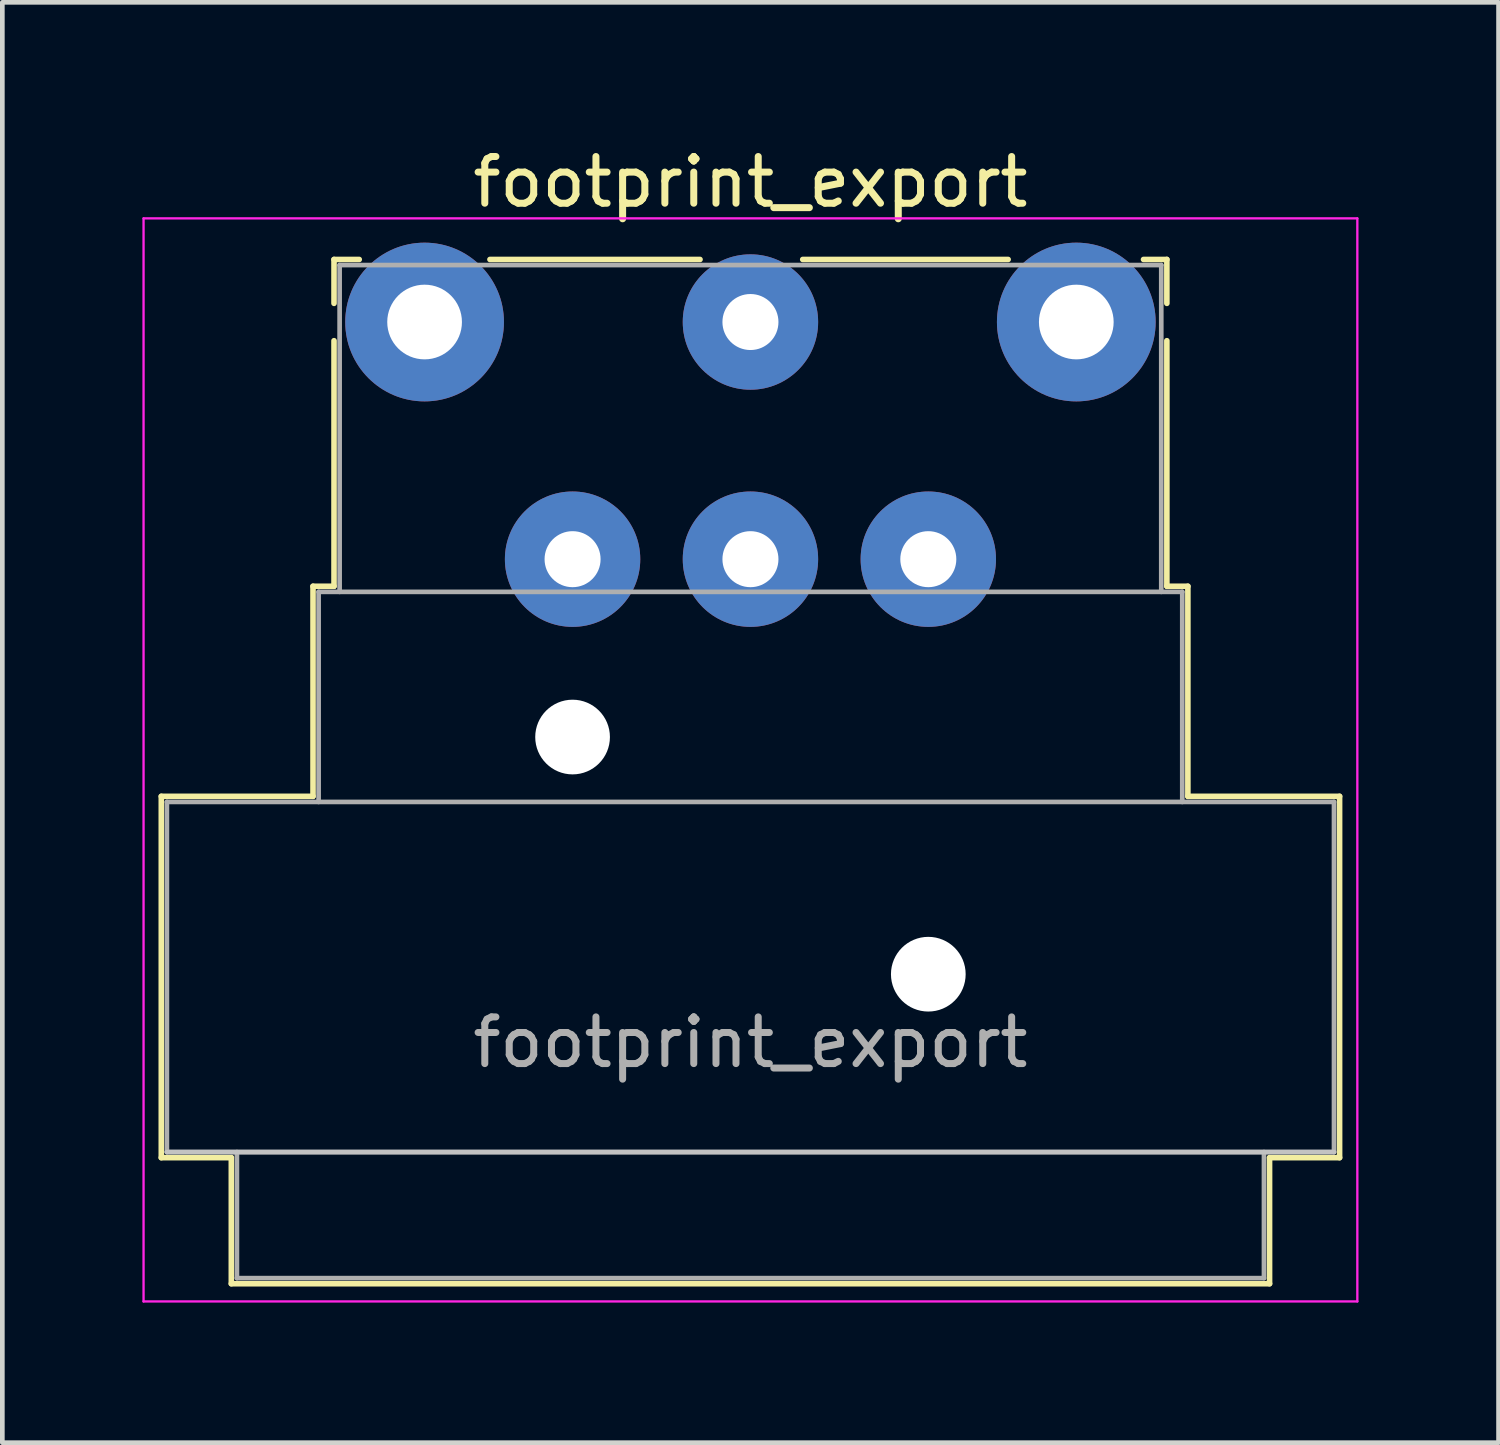
<source format=kicad_pcb>
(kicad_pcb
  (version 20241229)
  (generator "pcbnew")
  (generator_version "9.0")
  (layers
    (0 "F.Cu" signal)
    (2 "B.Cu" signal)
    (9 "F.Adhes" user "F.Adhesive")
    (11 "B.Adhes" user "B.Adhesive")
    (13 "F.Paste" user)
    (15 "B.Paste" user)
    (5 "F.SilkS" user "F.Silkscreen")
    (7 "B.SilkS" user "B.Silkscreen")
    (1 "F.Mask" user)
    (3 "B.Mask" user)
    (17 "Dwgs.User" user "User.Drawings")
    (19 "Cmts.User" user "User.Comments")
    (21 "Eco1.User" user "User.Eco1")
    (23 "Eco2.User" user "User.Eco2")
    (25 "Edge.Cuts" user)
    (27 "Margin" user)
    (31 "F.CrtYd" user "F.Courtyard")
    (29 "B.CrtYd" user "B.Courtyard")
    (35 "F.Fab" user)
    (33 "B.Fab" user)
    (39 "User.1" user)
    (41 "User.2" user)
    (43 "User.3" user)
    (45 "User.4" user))
  (footprint "footprint_export"
    (layer "F.Cu")
    (at 6.045 3.848)
    (property "Reference" "footprint_export" (at 6.98 -3 0) (layer "F.SilkS") (effects (font (size 1 1) (thickness 0.15))))
    (attr through_hole)
    (fp_line (start -5.64 10.16) (end -2.39 10.16) (stroke (width 0.12) (type solid)) (layer "F.SilkS"))
    (fp_line (start -5.64 17.9) (end -5.64 10.16) (stroke (width 0.12) (type solid)) (layer "F.SilkS"))
    (fp_line (start -4.14 17.9) (end -5.64 17.9) (stroke (width 0.12) (type solid)) (layer "F.SilkS"))
    (fp_line (start -4.14 17.9) (end -4.14 20.6) (stroke (width 0.12) (type solid)) (layer "F.SilkS"))
    (fp_line (start -2.39 10.16) (end -2.39 5.66) (stroke (width 0.12) (type solid)) (layer "F.SilkS"))
    (fp_line (start -1.94 -1.34) (end -1.94 -0.4) (stroke (width 0.12) (type solid)) (layer "F.SilkS"))
    (fp_line (start -1.94 -1.34) (end -1.4 -1.34) (stroke (width 0.12) (type solid)) (layer "F.SilkS"))
    (fp_line (start -1.94 5.66) (end -2.39 5.66) (stroke (width 0.12) (type solid)) (layer "F.SilkS"))
    (fp_line (start -1.94 5.66) (end -1.94 0.4) (stroke (width 0.12) (type solid)) (layer "F.SilkS"))
    (fp_line (start 5.9 -1.34) (end 1.4 -1.34) (stroke (width 0.12) (type solid)) (layer "F.SilkS"))
    (fp_line (start 12.5 -1.34) (end 8.1 -1.34) (stroke (width 0.12) (type solid)) (layer "F.SilkS"))
    (fp_line (start 15.9 -1.34) (end 15.4 -1.34) (stroke (width 0.12) (type solid)) (layer "F.SilkS"))
    (fp_line (start 15.9 -1.34) (end 15.9 -0.4) (stroke (width 0.12) (type solid)) (layer "F.SilkS"))
    (fp_line (start 15.9 5.66) (end 15.9 0.4) (stroke (width 0.12) (type solid)) (layer "F.SilkS"))
    (fp_line (start 15.9 5.66) (end 16.35 5.66) (stroke (width 0.12) (type solid)) (layer "F.SilkS"))
    (fp_line (start 16.35 10.16) (end 16.35 5.66) (stroke (width 0.12) (type solid)) (layer "F.SilkS"))
    (fp_line (start 16.35 10.16) (end 19.6 10.16) (stroke (width 0.12) (type solid)) (layer "F.SilkS"))
    (fp_line (start 18.1 17.9) (end 18.1 20.6) (stroke (width 0.12) (type solid)) (layer "F.SilkS"))
    (fp_line (start 18.1 20.6) (end -4.14 20.6) (stroke (width 0.12) (type solid)) (layer "F.SilkS"))
    (fp_line (start 19.6 17.9) (end 18.1 17.9) (stroke (width 0.12) (type solid)) (layer "F.SilkS"))
    (fp_line (start 19.6 17.9) (end 19.6 10.16) (stroke (width 0.12) (type solid)) (layer "F.SilkS"))
    (fp_line (start 19.48 17.78) (end -5.52 17.78) (stroke (width 0.1) (type solid)) (layer "Dwgs.User"))
    (fp_line (start -6.02 20.98) (end -6.02 -2.22) (stroke (width 0.05) (type solid)) (layer "F.CrtYd"))
    (fp_line (start 19.98 -2.22) (end -6.02 -2.22) (stroke (width 0.05) (type solid)) (layer "F.CrtYd"))
    (fp_line (start 19.98 20.98) (end -6.02 20.98) (stroke (width 0.05) (type solid)) (layer "F.CrtYd"))
    (fp_line (start 19.98 20.98) (end 19.98 -2.22) (stroke (width 0.05) (type solid)) (layer "F.CrtYd"))
    (fp_line (start -5.52 10.28) (end 19.48 10.28) (stroke (width 0.1) (type solid)) (layer "F.Fab"))
    (fp_line (start -5.52 17.78) (end -5.52 10.28) (stroke (width 0.1) (type solid)) (layer "F.Fab"))
    (fp_line (start -4.02 20.48) (end -4.02 17.78) (stroke (width 0.1) (type solid)) (layer "F.Fab"))
    (fp_line (start -2.27 5.78) (end -2.27 10.28) (stroke (width 0.1) (type solid)) (layer "F.Fab"))
    (fp_line (start -2.27 5.78) (end 16.23 5.78) (stroke (width 0.1) (type solid)) (layer "F.Fab"))
    (fp_line (start -1.82 5.78) (end -1.82 -1.22) (stroke (width 0.1) (type solid)) (layer "F.Fab"))
    (fp_line (start 15.78 -1.22) (end -1.82 -1.22) (stroke (width 0.1) (type solid)) (layer "F.Fab"))
    (fp_line (start 15.78 5.78) (end 15.78 -1.22) (stroke (width 0.1) (type solid)) (layer "F.Fab"))
    (fp_line (start 16.23 10.28) (end 16.23 5.78) (stroke (width 0.1) (type solid)) (layer "F.Fab"))
    (fp_line (start 17.98 17.78) (end 17.98 20.48) (stroke (width 0.1) (type solid)) (layer "F.Fab"))
    (fp_line (start 17.98 20.48) (end -4.02 20.48) (stroke (width 0.1) (type solid)) (layer "F.Fab"))
    (fp_line (start 19.48 10.28) (end 19.48 17.78) (stroke (width 0.1) (type solid)) (layer "F.Fab"))
    (fp_line (start 19.48 17.78) (end -5.52 17.78) (stroke (width 0.1) (type solid)) (layer "F.Fab"))
    (fp_text user "${REFERENCE}" (at 6.98 15.43 0) (layer "F.Fab") (effects (font (size 1 1) (thickness 0.15))))
    (pad "" np_thru_hole circle (at 3.17 8.89) (size 1.6 1.6) (drill 1.6) (layers "*.Cu" "*.Mask"))
    (pad "" np_thru_hole circle (at 10.79 13.97) (size 1.6 1.6) (drill 1.6) (layers "*.Cu" "*.Mask"))
    (pad "1" thru_hole circle (at 0 0) (size 3.4 3.4) (drill 1.6) (layers "*.Cu" "*.Mask"))
    (pad "2" thru_hole circle (at 3.17 5.08) (size 2.9 2.9) (drill 1.2) (layers "*.Cu" "*.Mask"))
    (pad "3" thru_hole circle (at 6.98 0) (size 2.9 2.9) (drill 1.2) (layers "*.Cu" "*.Mask"))
    (pad "4" thru_hole circle (at 10.79 5.08) (size 2.9 2.9) (drill 1.2) (layers "*.Cu" "*.Mask"))
    (pad "5" thru_hole circle (at 13.96 0) (size 3.4 3.4) (drill 1.6) (layers "*.Cu" "*.Mask"))
    (pad "G" thru_hole circle (at 6.98 5.08) (size 2.9 2.9) (drill 1.2) (layers "*.Cu" "*.Mask")))
  (gr_rect
    (start -3 -3)
    (end 29.05 27.853)
    (stroke (width 0.1) (type default))
    (fill no)
    (layer "Edge.Cuts")))
</source>
